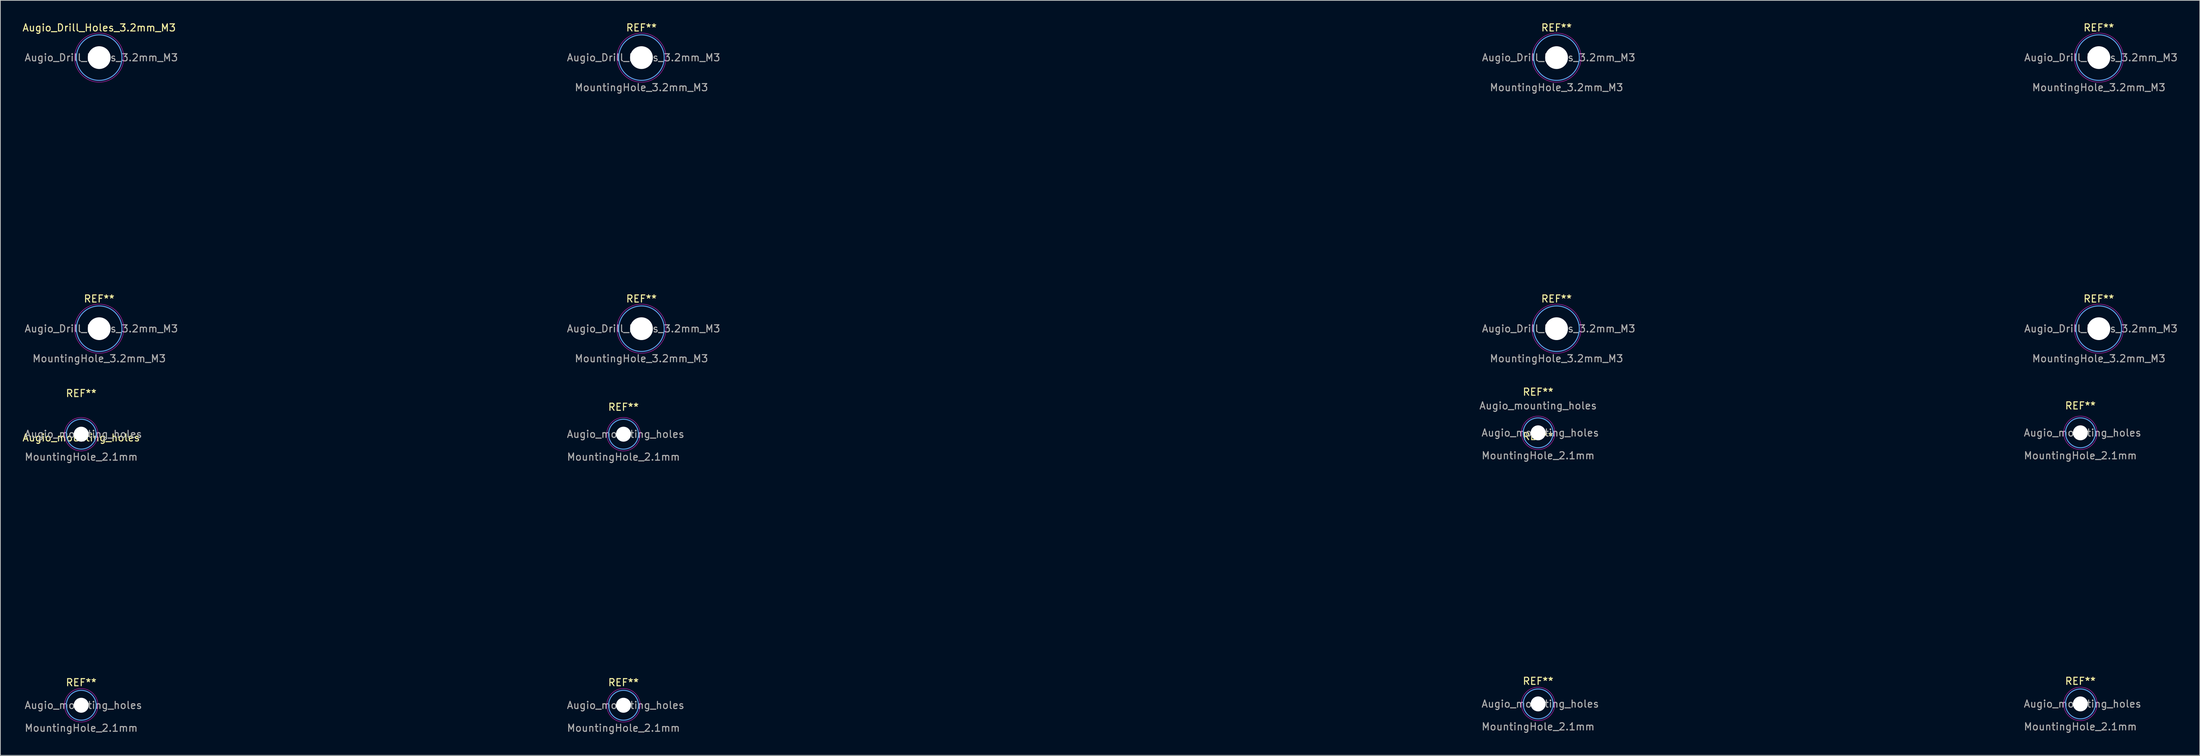
<source format=kicad_pcb>
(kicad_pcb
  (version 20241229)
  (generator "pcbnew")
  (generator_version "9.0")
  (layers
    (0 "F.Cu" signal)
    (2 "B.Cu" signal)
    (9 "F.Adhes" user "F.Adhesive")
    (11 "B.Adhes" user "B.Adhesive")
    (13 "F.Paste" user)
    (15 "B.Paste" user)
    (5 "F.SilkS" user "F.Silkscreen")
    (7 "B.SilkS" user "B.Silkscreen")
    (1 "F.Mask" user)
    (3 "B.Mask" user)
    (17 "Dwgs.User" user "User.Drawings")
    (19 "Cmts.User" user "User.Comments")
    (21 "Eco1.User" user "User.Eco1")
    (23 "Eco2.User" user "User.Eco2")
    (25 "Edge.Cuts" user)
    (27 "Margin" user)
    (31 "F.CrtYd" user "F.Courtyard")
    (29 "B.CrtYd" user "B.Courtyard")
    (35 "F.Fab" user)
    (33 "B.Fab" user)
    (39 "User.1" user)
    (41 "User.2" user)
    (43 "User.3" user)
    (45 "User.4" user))
  (footprint "Augio_Drill_Holes_3.2mm_M3"
    (layer "F.Cu")
    (at 10.887 5.048)
    (property "Reference" "Augio_Drill_Holes_3.2mm_M3" (at 0 -4.2 0) (layer "F.SilkS") (effects (font (size 1 1) (thickness 0.15))))
    (attr exclude_from_pos_files exclude_from_bom)
    (fp_circle (center 0 0) (end 3.2 0) (stroke (width 0.15) (type solid)) (fill no) (layer "Cmts.User"))
    (fp_circle (center 0 38.1) (end 3.2 38.1) (stroke (width 0.15) (type solid)) (fill no) (layer "Cmts.User"))
    (fp_circle (center 76.2 0) (end 79.4 0) (stroke (width 0.15) (type solid)) (fill no) (layer "Cmts.User"))
    (fp_circle (center 76.2 38.1) (end 79.4 38.1) (stroke (width 0.15) (type solid)) (fill no) (layer "Cmts.User"))
    (fp_circle (center 204.787 0) (end 207.988 0) (stroke (width 0.15) (type solid)) (fill no) (layer "Cmts.User"))
    (fp_circle (center 204.787 38.1) (end 207.988 38.1) (stroke (width 0.15) (type solid)) (fill no) (layer "Cmts.User"))
    (fp_circle (center 280.988 0) (end 284.188 0) (stroke (width 0.15) (type solid)) (fill no) (layer "Cmts.User"))
    (fp_circle (center 280.988 38.1) (end 284.188 38.1) (stroke (width 0.15) (type solid)) (fill no) (layer "Cmts.User"))
    (fp_circle (center 0 0) (end 3.45 0) (stroke (width 0.05) (type solid)) (fill no) (layer "F.CrtYd"))
    (fp_circle (center 0 38.1) (end 3.45 38.1) (stroke (width 0.05) (type solid)) (fill no) (layer "F.CrtYd"))
    (fp_circle (center 76.2 0) (end 79.65 0) (stroke (width 0.05) (type solid)) (fill no) (layer "F.CrtYd"))
    (fp_circle (center 76.2 38.1) (end 79.65 38.1) (stroke (width 0.05) (type solid)) (fill no) (layer "F.CrtYd"))
    (fp_circle (center 204.787 0) (end 208.238 0) (stroke (width 0.05) (type solid)) (fill no) (layer "F.CrtYd"))
    (fp_circle (center 204.787 38.1) (end 208.238 38.1) (stroke (width 0.05) (type solid)) (fill no) (layer "F.CrtYd"))
    (fp_circle (center 280.988 0) (end 284.438 0) (stroke (width 0.05) (type solid)) (fill no) (layer "F.CrtYd"))
    (fp_circle (center 280.988 38.1) (end 284.438 38.1) (stroke (width 0.05) (type solid)) (fill no) (layer "F.CrtYd"))
    (fp_text user "REF**" (at 0 33.9 0) (layer "F.SilkS") (effects (font (size 1 1) (thickness 0.15))))
    (fp_text user "REF**" (at 76.2 -4.2 0) (layer "F.SilkS") (effects (font (size 1 1) (thickness 0.15))))
    (fp_text user "REF**" (at 76.2 33.9 0) (layer "F.SilkS") (effects (font (size 1 1) (thickness 0.15))))
    (fp_text user "REF**" (at 280.988 33.9 0) (layer "F.SilkS") (effects (font (size 1 1) (thickness 0.15))))
    (fp_text user "REF**" (at 204.787 33.9 0) (layer "F.SilkS") (effects (font (size 1 1) (thickness 0.15))))
    (fp_text user "REF**" (at 280.988 -4.2 0) (layer "F.SilkS") (effects (font (size 1 1) (thickness 0.15))))
    (fp_text user "REF**" (at 204.787 -4.2 0) (layer "F.SilkS") (effects (font (size 1 1) (thickness 0.15))))
    (fp_text user "MountingHole_3.2mm_M3" (at 204.787 42.3 0) (layer "F.Fab") (effects (font (size 1 1) (thickness 0.15))))
    (fp_text user "${REFERENCE}" (at 76.5 38.1 0) (layer "F.Fab") (effects (font (size 1 1) (thickness 0.15))))
    (fp_text user "MountingHole_3.2mm_M3" (at 0 42.3 0) (layer "F.Fab") (effects (font (size 1 1) (thickness 0.15))))
    (fp_text user "${REFERENCE}" (at 281.288 0 0) (layer "F.Fab") (effects (font (size 1 1) (thickness 0.15))))
    (fp_text user "MountingHole_3.2mm_M3" (at 280.988 4.2 0) (layer "F.Fab") (effects (font (size 1 1) (thickness 0.15))))
    (fp_text user "${REFERENCE}" (at 281.288 38.1 0) (layer "F.Fab") (effects (font (size 1 1) (thickness 0.15))))
    (fp_text user "${REFERENCE}" (at 205.088 38.1 0) (layer "F.Fab") (effects (font (size 1 1) (thickness 0.15))))
    (fp_text user "${REFERENCE}" (at 76.5 0 0) (layer "F.Fab") (effects (font (size 1 1) (thickness 0.15))))
    (fp_text user "MountingHole_3.2mm_M3" (at 76.2 4.2 0) (layer "F.Fab") (effects (font (size 1 1) (thickness 0.15))))
    (fp_text user "MountingHole_3.2mm_M3" (at 280.988 42.3 0) (layer "F.Fab") (effects (font (size 1 1) (thickness 0.15))))
    (fp_text user "${REFERENCE}" (at 0.3 38.1 0) (layer "F.Fab") (effects (font (size 1 1) (thickness 0.15))))
    (fp_text user "MountingHole_3.2mm_M3" (at 204.787 4.2 0) (layer "F.Fab") (effects (font (size 1 1) (thickness 0.15))))
    (fp_text user "${REFERENCE}" (at 0.3 0 0) (layer "F.Fab") (effects (font (size 1 1) (thickness 0.15))))
    (fp_text user "MountingHole_3.2mm_M3" (at 76.2 42.3 0) (layer "F.Fab") (effects (font (size 1 1) (thickness 0.15))))
    (fp_text user "${REFERENCE}" (at 205.088 0 0) (layer "F.Fab") (effects (font (size 1 1) (thickness 0.15))))
    (pad "" np_thru_hole circle (at 0 0) (size 3.2 3.2) (drill 3.2) (layers "*.Cu" "*.Mask"))
    (pad "" np_thru_hole circle (at 0 38.1) (size 3.2 3.2) (drill 3.2) (layers "*.Cu" "*.Mask"))
    (pad "" np_thru_hole circle (at 76.2 0) (size 3.2 3.2) (drill 3.2) (layers "*.Cu" "*.Mask"))
    (pad "" np_thru_hole circle (at 76.2 38.1) (size 3.2 3.2) (drill 3.2) (layers "*.Cu" "*.Mask"))
    (pad "" np_thru_hole circle (at 204.787 0) (size 3.2 3.2) (drill 3.2) (layers "*.Cu" "*.Mask"))
    (pad "" np_thru_hole circle (at 204.787 38.1) (size 3.2 3.2) (drill 3.2) (layers "*.Cu" "*.Mask"))
    (pad "" np_thru_hole circle (at 280.988 0) (size 3.2 3.2) (drill 3.2) (layers "*.Cu" "*.Mask"))
    (pad "" np_thru_hole circle (at 280.988 38.1) (size 3.2 3.2) (drill 3.2) (layers "*.Cu" "*.Mask")))
  (footprint "Augio_mounting_holes"
    (layer "F.Cu")
    (at 8.363 57.975)
    (property "Reference" "Augio_mounting_holes" (at 0 0.5 0) (layer "F.SilkS") (effects (font (size 1 1) (thickness 0.15))))
    (attr through_hole)
    (fp_circle (center 0 0) (end 2.1 0) (stroke (width 0.15) (type solid)) (fill no) (layer "Cmts.User"))
    (fp_circle (center 0 38.1) (end 2.1 38.1) (stroke (width 0.15) (type solid)) (fill no) (layer "Cmts.User"))
    (fp_circle (center 76.2 0) (end 78.3 0) (stroke (width 0.15) (type solid)) (fill no) (layer "Cmts.User"))
    (fp_circle (center 76.2 38.1) (end 78.3 38.1) (stroke (width 0.15) (type solid)) (fill no) (layer "Cmts.User"))
    (fp_circle (center 204.724 -0.191) (end 206.824 -0.191) (stroke (width 0.15) (type solid)) (fill no) (layer "Cmts.User"))
    (fp_circle (center 204.724 37.91) (end 206.824 37.91) (stroke (width 0.15) (type solid)) (fill no) (layer "Cmts.User"))
    (fp_circle (center 280.924 -0.191) (end 283.024 -0.191) (stroke (width 0.15) (type solid)) (fill no) (layer "Cmts.User"))
    (fp_circle (center 280.924 37.91) (end 283.024 37.91) (stroke (width 0.15) (type solid)) (fill no) (layer "Cmts.User"))
    (fp_circle (center 0 0) (end 2.35 0) (stroke (width 0.05) (type solid)) (fill no) (layer "F.CrtYd"))
    (fp_circle (center 0 38.1) (end 2.35 38.1) (stroke (width 0.05) (type solid)) (fill no) (layer "F.CrtYd"))
    (fp_circle (center 76.2 0) (end 78.55 0) (stroke (width 0.05) (type solid)) (fill no) (layer "F.CrtYd"))
    (fp_circle (center 76.2 38.1) (end 78.55 38.1) (stroke (width 0.05) (type solid)) (fill no) (layer "F.CrtYd"))
    (fp_circle (center 204.724 -0.191) (end 207.074 -0.191) (stroke (width 0.05) (type solid)) (fill no) (layer "F.CrtYd"))
    (fp_circle (center 204.724 37.91) (end 207.074 37.91) (stroke (width 0.05) (type solid)) (fill no) (layer "F.CrtYd"))
    (fp_circle (center 280.924 -0.191) (end 283.274 -0.191) (stroke (width 0.05) (type solid)) (fill no) (layer "F.CrtYd"))
    (fp_circle (center 280.924 37.91) (end 283.274 37.91) (stroke (width 0.05) (type solid)) (fill no) (layer "F.CrtYd"))
    (fp_text user "REF**" (at 0 34.9 0) (layer "F.SilkS") (effects (font (size 1 1) (thickness 0.15))))
    (fp_text user "REF**" (at 204.724 -5.931 0) (layer "F.SilkS") (effects (font (size 1 1) (thickness 0.15))))
    (fp_text user "REF**" (at 280.924 -4 0) (layer "F.SilkS") (effects (font (size 1 1) (thickness 0.15))))
    (fp_text user "REF**" (at 76.2 34.9 0) (layer "F.SilkS") (effects (font (size 1 1) (thickness 0.15))))
    (fp_text user "REF**" (at 280.924 34.709 0) (layer "F.SilkS") (effects (font (size 1 1) (thickness 0.15))))
    (fp_text user "REF**" (at 76.2 -3.81 0) (layer "F.SilkS") (effects (font (size 1 1) (thickness 0.15))))
    (fp_text user "REF**" (at 0 -5.74 0) (layer "F.SilkS") (effects (font (size 1 1) (thickness 0.15))))
    (fp_text user "REF**" (at 204.724 0.309 0) (layer "F.SilkS") (effects (font (size 1 1) (thickness 0.15))))
    (fp_text user "REF**" (at 204.724 34.709 0) (layer "F.SilkS") (effects (font (size 1 1) (thickness 0.15))))
    (fp_text user "MountingHole_2.1mm" (at 0 41.3 0) (layer "F.Fab") (effects (font (size 1 1) (thickness 0.15))))
    (fp_text user "MountingHole_2.1mm" (at 204.724 41.109 0) (layer "F.Fab") (effects (font (size 1 1) (thickness 0.15))))
    (fp_text user "${REFERENCE}" (at 0.3 38.1 0) (layer "F.Fab") (effects (font (size 1 1) (thickness 0.15))))
    (fp_text user "${REFERENCE}" (at 76.5 0 0) (layer "F.Fab") (effects (font (size 1 1) (thickness 0.15))))
    (fp_text user "${REFERENCE}" (at 205.024 -0.191 0) (layer "F.Fab") (effects (font (size 1 1) (thickness 0.15))))
    (fp_text user "MountingHole_2.1mm" (at 76.2 41.3 0) (layer "F.Fab") (effects (font (size 1 1) (thickness 0.15))))
    (fp_text user "MountingHole_2.1mm" (at 0 3.2 0) (layer "F.Fab") (effects (font (size 1 1) (thickness 0.15))))
    (fp_text user "${REFERENCE}" (at 76.5 38.1 0) (layer "F.Fab") (effects (font (size 1 1) (thickness 0.15))))
    (fp_text user "${REFERENCE}" (at 281.224 37.91 0) (layer "F.Fab") (effects (font (size 1 1) (thickness 0.15))))
    (fp_text user "MountingHole_2.1mm" (at 204.724 3.01 0) (layer "F.Fab") (effects (font (size 1 1) (thickness 0.15))))
    (fp_text user "MountingHole_2.1mm" (at 280.924 41.109 0) (layer "F.Fab") (effects (font (size 1 1) (thickness 0.15))))
    (fp_text user "${REFERENCE}" (at 0.3 0 0) (layer "F.Fab") (effects (font (size 1 1) (thickness 0.15))))
    (fp_text user "MountingHole_2.1mm" (at 76.2 3.2 0) (layer "F.Fab") (effects (font (size 1 1) (thickness 0.15))))
    (fp_text user "${REFERENCE}" (at 281.224 -0.191 0) (layer "F.Fab") (effects (font (size 1 1) (thickness 0.15))))
    (fp_text user "Augio_mounting_holes" (at 204.724 -4 0) (layer "F.Fab") (effects (font (size 1 1) (thickness 0.15))))
    (fp_text user "MountingHole_2.1mm" (at 280.924 3.01 0) (layer "F.Fab") (effects (font (size 1 1) (thickness 0.15))))
    (fp_text user "${REFERENCE}" (at 205.024 37.91 0) (layer "F.Fab") (effects (font (size 1 1) (thickness 0.15))))
    (pad "" np_thru_hole circle (at 0 0) (size 2.1 2.1) (drill 2.1) (layers "*.Cu" "*.Mask"))
    (pad "" np_thru_hole circle (at 0 38.1) (size 2.1 2.1) (drill 2.1) (layers "*.Cu" "*.Mask"))
    (pad "" np_thru_hole circle (at 76.2 0) (size 2.1 2.1) (drill 2.1) (layers "*.Cu" "*.Mask"))
    (pad "" np_thru_hole circle (at 76.2 38.1) (size 2.1 2.1) (drill 2.1) (layers "*.Cu" "*.Mask"))
    (pad "" np_thru_hole circle (at 204.724 -0.191) (size 2.1 2.1) (drill 2.1) (layers "*.Cu" "*.Mask"))
    (pad "" np_thru_hole circle (at 204.724 37.91) (size 2.1 2.1) (drill 2.1) (layers "*.Cu" "*.Mask"))
    (pad "" np_thru_hole circle (at 280.924 -0.191) (size 2.1 2.1) (drill 2.1) (layers "*.Cu" "*.Mask"))
    (pad "" np_thru_hole circle (at 280.924 37.91) (size 2.1 2.1) (drill 2.1) (layers "*.Cu" "*.Mask")))
  (gr_rect
    (start -3 -3)
    (end 306.061 103.124)
    (stroke (width 0.1) (type default))
    (fill no)
    (layer "Edge.Cuts")))
</source>
